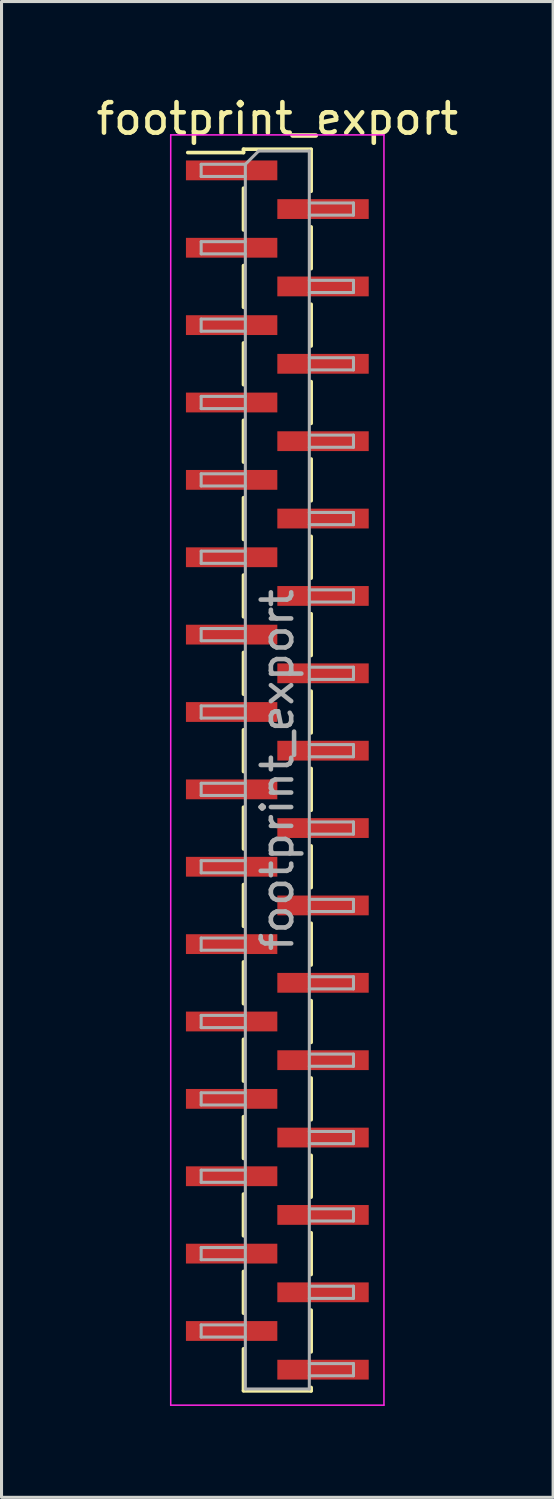
<source format=kicad_pcb>
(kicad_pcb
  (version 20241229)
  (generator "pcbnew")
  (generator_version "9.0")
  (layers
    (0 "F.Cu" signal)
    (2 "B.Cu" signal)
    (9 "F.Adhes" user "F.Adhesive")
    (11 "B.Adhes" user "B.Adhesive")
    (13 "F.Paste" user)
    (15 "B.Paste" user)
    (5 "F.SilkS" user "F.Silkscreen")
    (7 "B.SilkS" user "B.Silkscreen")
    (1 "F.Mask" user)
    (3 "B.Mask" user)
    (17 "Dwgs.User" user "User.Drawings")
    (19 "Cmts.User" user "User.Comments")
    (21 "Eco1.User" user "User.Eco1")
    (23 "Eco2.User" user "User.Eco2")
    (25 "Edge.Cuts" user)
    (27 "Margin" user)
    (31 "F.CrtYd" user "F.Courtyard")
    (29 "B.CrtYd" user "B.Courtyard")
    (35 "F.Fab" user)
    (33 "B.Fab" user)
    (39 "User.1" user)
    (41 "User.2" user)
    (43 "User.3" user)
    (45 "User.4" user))
  (footprint "footprint_export"
    (layer "F.Cu")
    (at 6.054 22.228)
    (property "Reference" "footprint_export" (at 0 -21.38 0) (layer "F.SilkS") (effects (font (size 1 1) (thickness 0.15))))
    (attr smd)
    (fp_line (start -1.11 -20.38) (end -1.11 -20.27) (stroke (width 0.12) (type solid)) (layer "F.SilkS"))
    (fp_line (start -1.11 -20.38) (end 1.11 -20.38) (stroke (width 0.12) (type solid)) (layer "F.SilkS"))
    (fp_line (start -1.11 -20.27) (end -2.94 -20.27) (stroke (width 0.12) (type solid)) (layer "F.SilkS"))
    (fp_line (start -1.11 -19.1) (end -1.11 -17.73) (stroke (width 0.12) (type solid)) (layer "F.SilkS"))
    (fp_line (start -1.11 -16.56) (end -1.11 -15.19) (stroke (width 0.12) (type solid)) (layer "F.SilkS"))
    (fp_line (start -1.11 -14.02) (end -1.11 -12.65) (stroke (width 0.12) (type solid)) (layer "F.SilkS"))
    (fp_line (start -1.11 -11.48) (end -1.11 -10.11) (stroke (width 0.12) (type solid)) (layer "F.SilkS"))
    (fp_line (start -1.11 -8.94) (end -1.11 -7.57) (stroke (width 0.12) (type solid)) (layer "F.SilkS"))
    (fp_line (start -1.11 -6.4) (end -1.11 -5.03) (stroke (width 0.12) (type solid)) (layer "F.SilkS"))
    (fp_line (start -1.11 -3.86) (end -1.11 -2.49) (stroke (width 0.12) (type solid)) (layer "F.SilkS"))
    (fp_line (start -1.11 -1.32) (end -1.11 0.05) (stroke (width 0.12) (type solid)) (layer "F.SilkS"))
    (fp_line (start -1.11 1.22) (end -1.11 2.59) (stroke (width 0.12) (type solid)) (layer "F.SilkS"))
    (fp_line (start -1.11 3.76) (end -1.11 5.13) (stroke (width 0.12) (type solid)) (layer "F.SilkS"))
    (fp_line (start -1.11 6.3) (end -1.11 7.67) (stroke (width 0.12) (type solid)) (layer "F.SilkS"))
    (fp_line (start -1.11 8.84) (end -1.11 10.21) (stroke (width 0.12) (type solid)) (layer "F.SilkS"))
    (fp_line (start -1.11 11.38) (end -1.11 12.75) (stroke (width 0.12) (type solid)) (layer "F.SilkS"))
    (fp_line (start -1.11 13.92) (end -1.11 15.29) (stroke (width 0.12) (type solid)) (layer "F.SilkS"))
    (fp_line (start -1.11 16.46) (end -1.11 17.83) (stroke (width 0.12) (type solid)) (layer "F.SilkS"))
    (fp_line (start -1.11 19) (end -1.11 20.37) (stroke (width 0.12) (type solid)) (layer "F.SilkS"))
    (fp_line (start -1.11 20.38) (end 1.11 20.38) (stroke (width 0.12) (type solid)) (layer "F.SilkS"))
    (fp_line (start 1.11 -20.37) (end 1.11 -19) (stroke (width 0.12) (type solid)) (layer "F.SilkS"))
    (fp_line (start 1.11 -17.83) (end 1.11 -16.46) (stroke (width 0.12) (type solid)) (layer "F.SilkS"))
    (fp_line (start 1.11 -15.29) (end 1.11 -13.92) (stroke (width 0.12) (type solid)) (layer "F.SilkS"))
    (fp_line (start 1.11 -12.75) (end 1.11 -11.38) (stroke (width 0.12) (type solid)) (layer "F.SilkS"))
    (fp_line (start 1.11 -10.21) (end 1.11 -8.84) (stroke (width 0.12) (type solid)) (layer "F.SilkS"))
    (fp_line (start 1.11 -7.67) (end 1.11 -6.3) (stroke (width 0.12) (type solid)) (layer "F.SilkS"))
    (fp_line (start 1.11 -5.13) (end 1.11 -3.76) (stroke (width 0.12) (type solid)) (layer "F.SilkS"))
    (fp_line (start 1.11 -2.59) (end 1.11 -1.22) (stroke (width 0.12) (type solid)) (layer "F.SilkS"))
    (fp_line (start 1.11 -0.05) (end 1.11 1.32) (stroke (width 0.12) (type solid)) (layer "F.SilkS"))
    (fp_line (start 1.11 2.49) (end 1.11 3.86) (stroke (width 0.12) (type solid)) (layer "F.SilkS"))
    (fp_line (start 1.11 5.03) (end 1.11 6.4) (stroke (width 0.12) (type solid)) (layer "F.SilkS"))
    (fp_line (start 1.11 7.57) (end 1.11 8.94) (stroke (width 0.12) (type solid)) (layer "F.SilkS"))
    (fp_line (start 1.11 10.11) (end 1.11 11.48) (stroke (width 0.12) (type solid)) (layer "F.SilkS"))
    (fp_line (start 1.11 12.65) (end 1.11 14.02) (stroke (width 0.12) (type solid)) (layer "F.SilkS"))
    (fp_line (start 1.11 15.19) (end 1.11 16.56) (stroke (width 0.12) (type solid)) (layer "F.SilkS"))
    (fp_line (start 1.11 17.73) (end 1.11 19.1) (stroke (width 0.12) (type solid)) (layer "F.SilkS"))
    (fp_line (start 1.11 20.27) (end 1.11 20.38) (stroke (width 0.12) (type solid)) (layer "F.SilkS"))
    (fp_line (start -3.5 -20.85) (end -3.5 20.85) (stroke (width 0.05) (type solid)) (layer "F.CrtYd"))
    (fp_line (start -3.5 20.85) (end 3.5 20.85) (stroke (width 0.05) (type solid)) (layer "F.CrtYd"))
    (fp_line (start 3.5 -20.85) (end -3.5 -20.85) (stroke (width 0.05) (type solid)) (layer "F.CrtYd"))
    (fp_line (start 3.5 20.85) (end 3.5 -20.85) (stroke (width 0.05) (type solid)) (layer "F.CrtYd"))
    (fp_line (start -2.5 -19.885) (end -2.5 -19.485) (stroke (width 0.1) (type solid)) (layer "F.Fab"))
    (fp_line (start -2.5 -19.485) (end -1.05 -19.485) (stroke (width 0.1) (type solid)) (layer "F.Fab"))
    (fp_line (start -2.5 -17.345) (end -2.5 -16.945) (stroke (width 0.1) (type solid)) (layer "F.Fab"))
    (fp_line (start -2.5 -16.945) (end -1.05 -16.945) (stroke (width 0.1) (type solid)) (layer "F.Fab"))
    (fp_line (start -2.5 -14.805) (end -2.5 -14.405) (stroke (width 0.1) (type solid)) (layer "F.Fab"))
    (fp_line (start -2.5 -14.405) (end -1.05 -14.405) (stroke (width 0.1) (type solid)) (layer "F.Fab"))
    (fp_line (start -2.5 -12.265) (end -2.5 -11.865) (stroke (width 0.1) (type solid)) (layer "F.Fab"))
    (fp_line (start -2.5 -11.865) (end -1.05 -11.865) (stroke (width 0.1) (type solid)) (layer "F.Fab"))
    (fp_line (start -2.5 -9.725) (end -2.5 -9.325) (stroke (width 0.1) (type solid)) (layer "F.Fab"))
    (fp_line (start -2.5 -9.325) (end -1.05 -9.325) (stroke (width 0.1) (type solid)) (layer "F.Fab"))
    (fp_line (start -2.5 -7.185) (end -2.5 -6.785) (stroke (width 0.1) (type solid)) (layer "F.Fab"))
    (fp_line (start -2.5 -6.785) (end -1.05 -6.785) (stroke (width 0.1) (type solid)) (layer "F.Fab"))
    (fp_line (start -2.5 -4.645) (end -2.5 -4.245) (stroke (width 0.1) (type solid)) (layer "F.Fab"))
    (fp_line (start -2.5 -4.245) (end -1.05 -4.245) (stroke (width 0.1) (type solid)) (layer "F.Fab"))
    (fp_line (start -2.5 -2.105) (end -2.5 -1.705) (stroke (width 0.1) (type solid)) (layer "F.Fab"))
    (fp_line (start -2.5 -1.705) (end -1.05 -1.705) (stroke (width 0.1) (type solid)) (layer "F.Fab"))
    (fp_line (start -2.5 0.435) (end -2.5 0.835) (stroke (width 0.1) (type solid)) (layer "F.Fab"))
    (fp_line (start -2.5 0.835) (end -1.05 0.835) (stroke (width 0.1) (type solid)) (layer "F.Fab"))
    (fp_line (start -2.5 2.975) (end -2.5 3.375) (stroke (width 0.1) (type solid)) (layer "F.Fab"))
    (fp_line (start -2.5 3.375) (end -1.05 3.375) (stroke (width 0.1) (type solid)) (layer "F.Fab"))
    (fp_line (start -2.5 5.515) (end -2.5 5.915) (stroke (width 0.1) (type solid)) (layer "F.Fab"))
    (fp_line (start -2.5 5.915) (end -1.05 5.915) (stroke (width 0.1) (type solid)) (layer "F.Fab"))
    (fp_line (start -2.5 8.055) (end -2.5 8.455) (stroke (width 0.1) (type solid)) (layer "F.Fab"))
    (fp_line (start -2.5 8.455) (end -1.05 8.455) (stroke (width 0.1) (type solid)) (layer "F.Fab"))
    (fp_line (start -2.5 10.595) (end -2.5 10.995) (stroke (width 0.1) (type solid)) (layer "F.Fab"))
    (fp_line (start -2.5 10.995) (end -1.05 10.995) (stroke (width 0.1) (type solid)) (layer "F.Fab"))
    (fp_line (start -2.5 13.135) (end -2.5 13.535) (stroke (width 0.1) (type solid)) (layer "F.Fab"))
    (fp_line (start -2.5 13.535) (end -1.05 13.535) (stroke (width 0.1) (type solid)) (layer "F.Fab"))
    (fp_line (start -2.5 15.675) (end -2.5 16.075) (stroke (width 0.1) (type solid)) (layer "F.Fab"))
    (fp_line (start -2.5 16.075) (end -1.05 16.075) (stroke (width 0.1) (type solid)) (layer "F.Fab"))
    (fp_line (start -2.5 18.215) (end -2.5 18.615) (stroke (width 0.1) (type solid)) (layer "F.Fab"))
    (fp_line (start -2.5 18.615) (end -1.05 18.615) (stroke (width 0.1) (type solid)) (layer "F.Fab"))
    (fp_line (start -1.05 -19.885) (end -2.5 -19.885) (stroke (width 0.1) (type solid)) (layer "F.Fab"))
    (fp_line (start -1.05 -19.885) (end -0.615 -20.32) (stroke (width 0.1) (type solid)) (layer "F.Fab"))
    (fp_line (start -1.05 -17.345) (end -2.5 -17.345) (stroke (width 0.1) (type solid)) (layer "F.Fab"))
    (fp_line (start -1.05 -14.805) (end -2.5 -14.805) (stroke (width 0.1) (type solid)) (layer "F.Fab"))
    (fp_line (start -1.05 -12.265) (end -2.5 -12.265) (stroke (width 0.1) (type solid)) (layer "F.Fab"))
    (fp_line (start -1.05 -9.725) (end -2.5 -9.725) (stroke (width 0.1) (type solid)) (layer "F.Fab"))
    (fp_line (start -1.05 -7.185) (end -2.5 -7.185) (stroke (width 0.1) (type solid)) (layer "F.Fab"))
    (fp_line (start -1.05 -4.645) (end -2.5 -4.645) (stroke (width 0.1) (type solid)) (layer "F.Fab"))
    (fp_line (start -1.05 -2.105) (end -2.5 -2.105) (stroke (width 0.1) (type solid)) (layer "F.Fab"))
    (fp_line (start -1.05 0.435) (end -2.5 0.435) (stroke (width 0.1) (type solid)) (layer "F.Fab"))
    (fp_line (start -1.05 2.975) (end -2.5 2.975) (stroke (width 0.1) (type solid)) (layer "F.Fab"))
    (fp_line (start -1.05 5.515) (end -2.5 5.515) (stroke (width 0.1) (type solid)) (layer "F.Fab"))
    (fp_line (start -1.05 8.055) (end -2.5 8.055) (stroke (width 0.1) (type solid)) (layer "F.Fab"))
    (fp_line (start -1.05 10.595) (end -2.5 10.595) (stroke (width 0.1) (type solid)) (layer "F.Fab"))
    (fp_line (start -1.05 13.135) (end -2.5 13.135) (stroke (width 0.1) (type solid)) (layer "F.Fab"))
    (fp_line (start -1.05 15.675) (end -2.5 15.675) (stroke (width 0.1) (type solid)) (layer "F.Fab"))
    (fp_line (start -1.05 18.215) (end -2.5 18.215) (stroke (width 0.1) (type solid)) (layer "F.Fab"))
    (fp_line (start -1.05 20.32) (end -1.05 -19.885) (stroke (width 0.1) (type solid)) (layer "F.Fab"))
    (fp_line (start -0.615 -20.32) (end 1.05 -20.32) (stroke (width 0.1) (type solid)) (layer "F.Fab"))
    (fp_line (start 1.05 -20.32) (end 1.05 20.32) (stroke (width 0.1) (type solid)) (layer "F.Fab"))
    (fp_line (start 1.05 -18.615) (end 2.5 -18.615) (stroke (width 0.1) (type solid)) (layer "F.Fab"))
    (fp_line (start 1.05 -16.075) (end 2.5 -16.075) (stroke (width 0.1) (type solid)) (layer "F.Fab"))
    (fp_line (start 1.05 -13.535) (end 2.5 -13.535) (stroke (width 0.1) (type solid)) (layer "F.Fab"))
    (fp_line (start 1.05 -10.995) (end 2.5 -10.995) (stroke (width 0.1) (type solid)) (layer "F.Fab"))
    (fp_line (start 1.05 -8.455) (end 2.5 -8.455) (stroke (width 0.1) (type solid)) (layer "F.Fab"))
    (fp_line (start 1.05 -5.915) (end 2.5 -5.915) (stroke (width 0.1) (type solid)) (layer "F.Fab"))
    (fp_line (start 1.05 -3.375) (end 2.5 -3.375) (stroke (width 0.1) (type solid)) (layer "F.Fab"))
    (fp_line (start 1.05 -0.835) (end 2.5 -0.835) (stroke (width 0.1) (type solid)) (layer "F.Fab"))
    (fp_line (start 1.05 1.705) (end 2.5 1.705) (stroke (width 0.1) (type solid)) (layer "F.Fab"))
    (fp_line (start 1.05 4.245) (end 2.5 4.245) (stroke (width 0.1) (type solid)) (layer "F.Fab"))
    (fp_line (start 1.05 6.785) (end 2.5 6.785) (stroke (width 0.1) (type solid)) (layer "F.Fab"))
    (fp_line (start 1.05 9.325) (end 2.5 9.325) (stroke (width 0.1) (type solid)) (layer "F.Fab"))
    (fp_line (start 1.05 11.865) (end 2.5 11.865) (stroke (width 0.1) (type solid)) (layer "F.Fab"))
    (fp_line (start 1.05 14.405) (end 2.5 14.405) (stroke (width 0.1) (type solid)) (layer "F.Fab"))
    (fp_line (start 1.05 16.945) (end 2.5 16.945) (stroke (width 0.1) (type solid)) (layer "F.Fab"))
    (fp_line (start 1.05 19.485) (end 2.5 19.485) (stroke (width 0.1) (type solid)) (layer "F.Fab"))
    (fp_line (start 1.05 20.32) (end -1.05 20.32) (stroke (width 0.1) (type solid)) (layer "F.Fab"))
    (fp_line (start 2.5 -18.615) (end 2.5 -18.215) (stroke (width 0.1) (type solid)) (layer "F.Fab"))
    (fp_line (start 2.5 -18.215) (end 1.05 -18.215) (stroke (width 0.1) (type solid)) (layer "F.Fab"))
    (fp_line (start 2.5 -16.075) (end 2.5 -15.675) (stroke (width 0.1) (type solid)) (layer "F.Fab"))
    (fp_line (start 2.5 -15.675) (end 1.05 -15.675) (stroke (width 0.1) (type solid)) (layer "F.Fab"))
    (fp_line (start 2.5 -13.535) (end 2.5 -13.135) (stroke (width 0.1) (type solid)) (layer "F.Fab"))
    (fp_line (start 2.5 -13.135) (end 1.05 -13.135) (stroke (width 0.1) (type solid)) (layer "F.Fab"))
    (fp_line (start 2.5 -10.995) (end 2.5 -10.595) (stroke (width 0.1) (type solid)) (layer "F.Fab"))
    (fp_line (start 2.5 -10.595) (end 1.05 -10.595) (stroke (width 0.1) (type solid)) (layer "F.Fab"))
    (fp_line (start 2.5 -8.455) (end 2.5 -8.055) (stroke (width 0.1) (type solid)) (layer "F.Fab"))
    (fp_line (start 2.5 -8.055) (end 1.05 -8.055) (stroke (width 0.1) (type solid)) (layer "F.Fab"))
    (fp_line (start 2.5 -5.915) (end 2.5 -5.515) (stroke (width 0.1) (type solid)) (layer "F.Fab"))
    (fp_line (start 2.5 -5.515) (end 1.05 -5.515) (stroke (width 0.1) (type solid)) (layer "F.Fab"))
    (fp_line (start 2.5 -3.375) (end 2.5 -2.975) (stroke (width 0.1) (type solid)) (layer "F.Fab"))
    (fp_line (start 2.5 -2.975) (end 1.05 -2.975) (stroke (width 0.1) (type solid)) (layer "F.Fab"))
    (fp_line (start 2.5 -0.835) (end 2.5 -0.435) (stroke (width 0.1) (type solid)) (layer "F.Fab"))
    (fp_line (start 2.5 -0.435) (end 1.05 -0.435) (stroke (width 0.1) (type solid)) (layer "F.Fab"))
    (fp_line (start 2.5 1.705) (end 2.5 2.105) (stroke (width 0.1) (type solid)) (layer "F.Fab"))
    (fp_line (start 2.5 2.105) (end 1.05 2.105) (stroke (width 0.1) (type solid)) (layer "F.Fab"))
    (fp_line (start 2.5 4.245) (end 2.5 4.645) (stroke (width 0.1) (type solid)) (layer "F.Fab"))
    (fp_line (start 2.5 4.645) (end 1.05 4.645) (stroke (width 0.1) (type solid)) (layer "F.Fab"))
    (fp_line (start 2.5 6.785) (end 2.5 7.185) (stroke (width 0.1) (type solid)) (layer "F.Fab"))
    (fp_line (start 2.5 7.185) (end 1.05 7.185) (stroke (width 0.1) (type solid)) (layer "F.Fab"))
    (fp_line (start 2.5 9.325) (end 2.5 9.725) (stroke (width 0.1) (type solid)) (layer "F.Fab"))
    (fp_line (start 2.5 9.725) (end 1.05 9.725) (stroke (width 0.1) (type solid)) (layer "F.Fab"))
    (fp_line (start 2.5 11.865) (end 2.5 12.265) (stroke (width 0.1) (type solid)) (layer "F.Fab"))
    (fp_line (start 2.5 12.265) (end 1.05 12.265) (stroke (width 0.1) (type solid)) (layer "F.Fab"))
    (fp_line (start 2.5 14.405) (end 2.5 14.805) (stroke (width 0.1) (type solid)) (layer "F.Fab"))
    (fp_line (start 2.5 14.805) (end 1.05 14.805) (stroke (width 0.1) (type solid)) (layer "F.Fab"))
    (fp_line (start 2.5 16.945) (end 2.5 17.345) (stroke (width 0.1) (type solid)) (layer "F.Fab"))
    (fp_line (start 2.5 17.345) (end 1.05 17.345) (stroke (width 0.1) (type solid)) (layer "F.Fab"))
    (fp_line (start 2.5 19.485) (end 2.5 19.885) (stroke (width 0.1) (type solid)) (layer "F.Fab"))
    (fp_line (start 2.5 19.885) (end 1.05 19.885) (stroke (width 0.1) (type solid)) (layer "F.Fab"))
    (fp_text user "${REFERENCE}" (at 0 0 90) (layer "F.Fab") (effects (font (size 1 1) (thickness 0.15))))
    (pad "1" smd rect (at -1.5 -19.685) (size 3 0.65) (layers "F.Cu" "F.Mask" "F.Paste"))
    (pad "2" smd rect (at 1.5 -18.415) (size 3 0.65) (layers "F.Cu" "F.Mask" "F.Paste"))
    (pad "3" smd rect (at -1.5 -17.145) (size 3 0.65) (layers "F.Cu" "F.Mask" "F.Paste"))
    (pad "4" smd rect (at 1.5 -15.875) (size 3 0.65) (layers "F.Cu" "F.Mask" "F.Paste"))
    (pad "5" smd rect (at -1.5 -14.605) (size 3 0.65) (layers "F.Cu" "F.Mask" "F.Paste"))
    (pad "6" smd rect (at 1.5 -13.335) (size 3 0.65) (layers "F.Cu" "F.Mask" "F.Paste"))
    (pad "7" smd rect (at -1.5 -12.065) (size 3 0.65) (layers "F.Cu" "F.Mask" "F.Paste"))
    (pad "8" smd rect (at 1.5 -10.795) (size 3 0.65) (layers "F.Cu" "F.Mask" "F.Paste"))
    (pad "9" smd rect (at -1.5 -9.525) (size 3 0.65) (layers "F.Cu" "F.Mask" "F.Paste"))
    (pad "10" smd rect (at 1.5 -8.255) (size 3 0.65) (layers "F.Cu" "F.Mask" "F.Paste"))
    (pad "11" smd rect (at -1.5 -6.985) (size 3 0.65) (layers "F.Cu" "F.Mask" "F.Paste"))
    (pad "12" smd rect (at 1.5 -5.715) (size 3 0.65) (layers "F.Cu" "F.Mask" "F.Paste"))
    (pad "13" smd rect (at -1.5 -4.445) (size 3 0.65) (layers "F.Cu" "F.Mask" "F.Paste"))
    (pad "14" smd rect (at 1.5 -3.175) (size 3 0.65) (layers "F.Cu" "F.Mask" "F.Paste"))
    (pad "15" smd rect (at -1.5 -1.905) (size 3 0.65) (layers "F.Cu" "F.Mask" "F.Paste"))
    (pad "16" smd rect (at 1.5 -0.635) (size 3 0.65) (layers "F.Cu" "F.Mask" "F.Paste"))
    (pad "17" smd rect (at -1.5 0.635) (size 3 0.65) (layers "F.Cu" "F.Mask" "F.Paste"))
    (pad "18" smd rect (at 1.5 1.905) (size 3 0.65) (layers "F.Cu" "F.Mask" "F.Paste"))
    (pad "19" smd rect (at -1.5 3.175) (size 3 0.65) (layers "F.Cu" "F.Mask" "F.Paste"))
    (pad "20" smd rect (at 1.5 4.445) (size 3 0.65) (layers "F.Cu" "F.Mask" "F.Paste"))
    (pad "21" smd rect (at -1.5 5.715) (size 3 0.65) (layers "F.Cu" "F.Mask" "F.Paste"))
    (pad "22" smd rect (at 1.5 6.985) (size 3 0.65) (layers "F.Cu" "F.Mask" "F.Paste"))
    (pad "23" smd rect (at -1.5 8.255) (size 3 0.65) (layers "F.Cu" "F.Mask" "F.Paste"))
    (pad "24" smd rect (at 1.5 9.525) (size 3 0.65) (layers "F.Cu" "F.Mask" "F.Paste"))
    (pad "25" smd rect (at -1.5 10.795) (size 3 0.65) (layers "F.Cu" "F.Mask" "F.Paste"))
    (pad "26" smd rect (at 1.5 12.065) (size 3 0.65) (layers "F.Cu" "F.Mask" "F.Paste"))
    (pad "27" smd rect (at -1.5 13.335) (size 3 0.65) (layers "F.Cu" "F.Mask" "F.Paste"))
    (pad "28" smd rect (at 1.5 14.605) (size 3 0.65) (layers "F.Cu" "F.Mask" "F.Paste"))
    (pad "29" smd rect (at -1.5 15.875) (size 3 0.65) (layers "F.Cu" "F.Mask" "F.Paste"))
    (pad "30" smd rect (at 1.5 17.145) (size 3 0.65) (layers "F.Cu" "F.Mask" "F.Paste"))
    (pad "31" smd rect (at -1.5 18.415) (size 3 0.65) (layers "F.Cu" "F.Mask" "F.Paste"))
    (pad "32" smd rect (at 1.5 19.685) (size 3 0.65) (layers "F.Cu" "F.Mask" "F.Paste")))
  (gr_rect
    (start -3 -3)
    (end 15.107 46.103)
    (stroke (width 0.1) (type default))
    (fill no)
    (layer "Edge.Cuts")))
</source>
